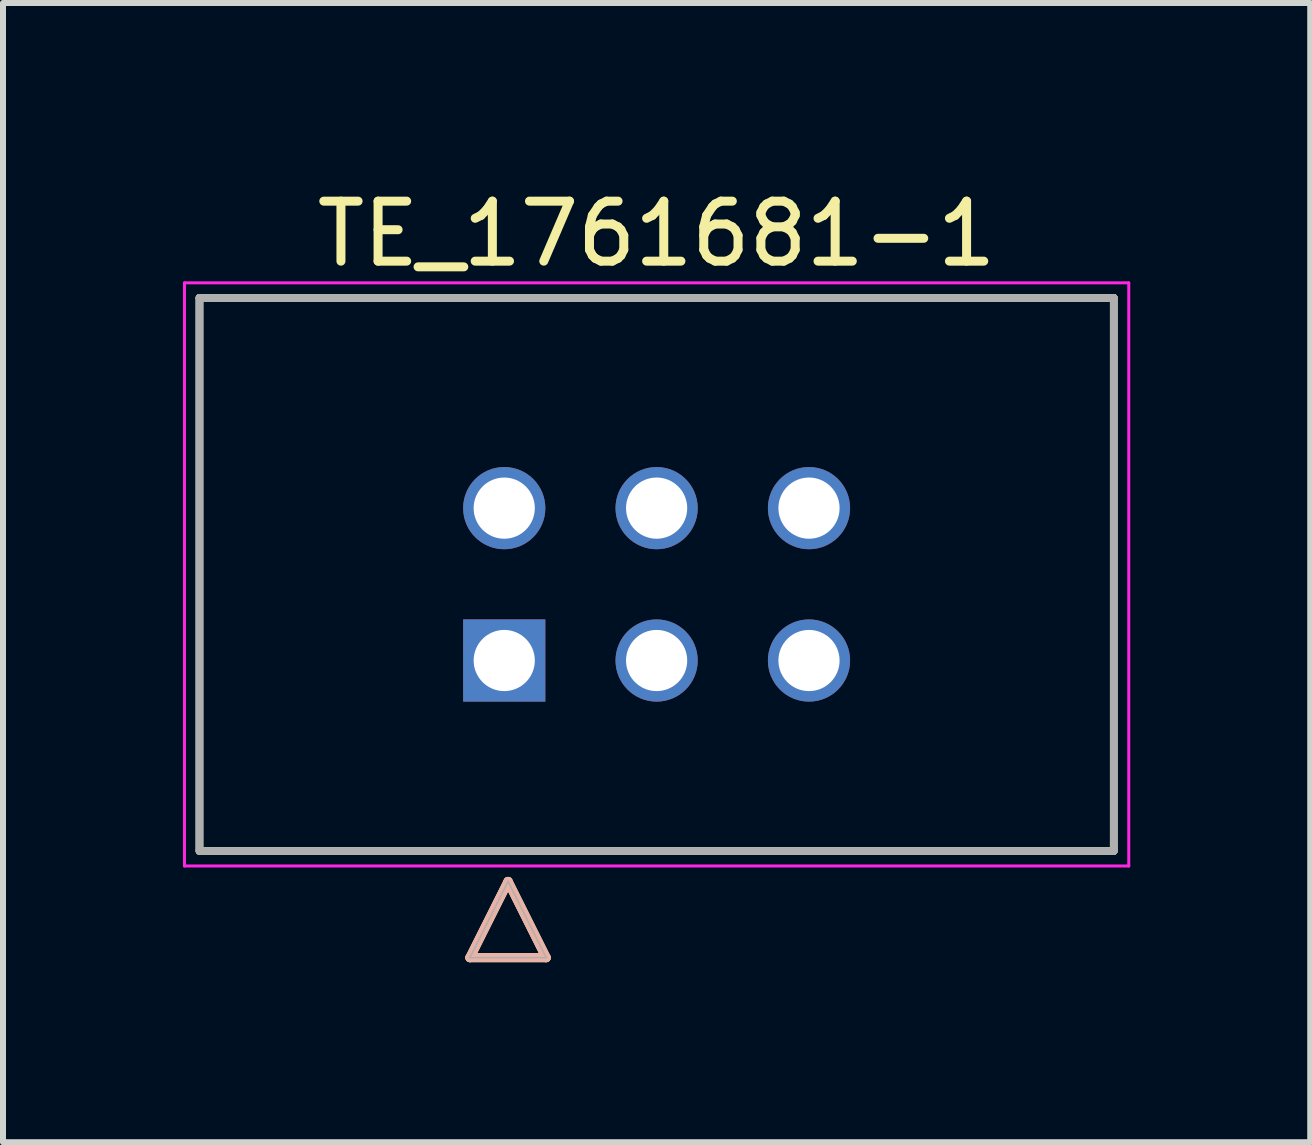
<source format=kicad_pcb>
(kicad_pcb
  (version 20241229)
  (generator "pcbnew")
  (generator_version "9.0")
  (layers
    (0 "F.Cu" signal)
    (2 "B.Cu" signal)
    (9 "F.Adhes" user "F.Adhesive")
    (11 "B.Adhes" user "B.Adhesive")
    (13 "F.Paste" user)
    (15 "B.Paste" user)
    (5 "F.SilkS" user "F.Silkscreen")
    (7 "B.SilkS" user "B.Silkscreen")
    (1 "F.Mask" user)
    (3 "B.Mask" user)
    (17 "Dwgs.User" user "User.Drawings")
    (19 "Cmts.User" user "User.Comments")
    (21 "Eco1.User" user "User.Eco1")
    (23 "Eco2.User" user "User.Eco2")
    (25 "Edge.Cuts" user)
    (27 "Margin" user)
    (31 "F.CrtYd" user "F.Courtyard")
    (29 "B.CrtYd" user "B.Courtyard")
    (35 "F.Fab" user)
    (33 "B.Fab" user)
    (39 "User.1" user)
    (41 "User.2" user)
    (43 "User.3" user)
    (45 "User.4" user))
  (footprint "TE_1761681-1"
    (layer "F.Cu")
    (at 5.355 7.96)
    (property "Reference" "TE_1761681-1" (at 2.54 -7.112 0) (layer "F.SilkS") (effects (font (size 1 1) (thickness 0.15))))
    (attr through_hole)
    (fp_line (start -5.08 3.175) (end -5.08 -6.045) (stroke (width 0.127) (type solid)) (layer "F.SilkS"))
    (fp_line (start -0.572 4.953) (end 0.064 3.683) (stroke (width 0.152) (type solid)) (layer "F.SilkS"))
    (fp_line (start 0.699 4.953) (end -0.572 4.953) (stroke (width 0.152) (type solid)) (layer "F.SilkS"))
    (fp_line (start 0.699 4.953) (end 0.064 3.683) (stroke (width 0.152) (type solid)) (layer "F.SilkS"))
    (fp_line (start 10.16 -6.045) (end -5.08 -6.045) (stroke (width 0.127) (type solid)) (layer "F.SilkS"))
    (fp_line (start 10.16 -6.045) (end 10.16 3.175) (stroke (width 0.127) (type solid)) (layer "F.SilkS"))
    (fp_line (start 10.16 3.175) (end -5.08 3.175) (stroke (width 0.127) (type solid)) (layer "F.SilkS"))
    (fp_line (start -0.572 4.953) (end 0.064 3.683) (stroke (width 0.152) (type solid)) (layer "B.SilkS"))
    (fp_line (start 0.699 4.953) (end -0.572 4.953) (stroke (width 0.152) (type solid)) (layer "B.SilkS"))
    (fp_line (start 0.699 4.953) (end 0.064 3.683) (stroke (width 0.152) (type solid)) (layer "B.SilkS"))
    (fp_line (start -5.33 -6.295) (end 10.41 -6.295) (stroke (width 0.05) (type solid)) (layer "F.CrtYd"))
    (fp_line (start -5.33 3.425) (end -5.33 -6.295) (stroke (width 0.05) (type solid)) (layer "F.CrtYd"))
    (fp_line (start 10.41 -6.295) (end 10.41 3.425) (stroke (width 0.05) (type solid)) (layer "F.CrtYd"))
    (fp_line (start 10.41 3.425) (end -5.33 3.425) (stroke (width 0.05) (type solid)) (layer "F.CrtYd"))
    (fp_line (start -5.08 -6.045) (end 10.16 -6.045) (stroke (width 0.127) (type solid)) (layer "F.Fab"))
    (fp_line (start -5.08 -6.045) (end 10.16 -6.045) (stroke (width 0.127) (type solid)) (layer "F.Fab"))
    (fp_line (start -5.08 3.175) (end -5.08 -6.045) (stroke (width 0.127) (type solid)) (layer "F.Fab"))
    (fp_line (start -5.08 3.175) (end -5.08 -6.045) (stroke (width 0.127) (type solid)) (layer "F.Fab"))
    (fp_line (start -0.572 4.953) (end 0.064 3.683) (stroke (width 0.025) (type solid)) (layer "F.Fab"))
    (fp_line (start 0.699 4.953) (end -0.572 4.953) (stroke (width 0.025) (type solid)) (layer "F.Fab"))
    (fp_line (start 0.699 4.953) (end 0.064 3.683) (stroke (width 0.025) (type solid)) (layer "F.Fab"))
    (fp_line (start 10.16 -6.045) (end 10.16 3.175) (stroke (width 0.127) (type solid)) (layer "F.Fab"))
    (fp_line (start 10.16 -6.045) (end 10.16 3.175) (stroke (width 0.127) (type solid)) (layer "F.Fab"))
    (fp_line (start 10.16 3.175) (end -5.08 3.175) (stroke (width 0.127) (type solid)) (layer "F.Fab"))
    (pad "1" thru_hole rect (at 0 0) (size 1.37 1.37) (drill 1.02) (layers "*.Cu" "*.Mask"))
    (pad "2" thru_hole circle (at 0 -2.54) (size 1.37 1.37) (drill 1.02) (layers "*.Cu" "*.Mask"))
    (pad "3" thru_hole circle (at 2.54 0) (size 1.37 1.37) (drill 1.02) (layers "*.Cu" "*.Mask"))
    (pad "4" thru_hole circle (at 2.54 -2.54) (size 1.37 1.37) (drill 1.02) (layers "*.Cu" "*.Mask"))
    (pad "5" thru_hole circle (at 5.08 0) (size 1.37 1.37) (drill 1.02) (layers "*.Cu" "*.Mask"))
    (pad "6" thru_hole circle (at 5.08 -2.54) (size 1.37 1.37) (drill 1.02) (layers "*.Cu" "*.Mask")))
  (gr_rect
    (start -3 -3)
    (end 18.79 15.989)
    (stroke (width 0.1) (type default))
    (fill no)
    (layer "Edge.Cuts")))
</source>
